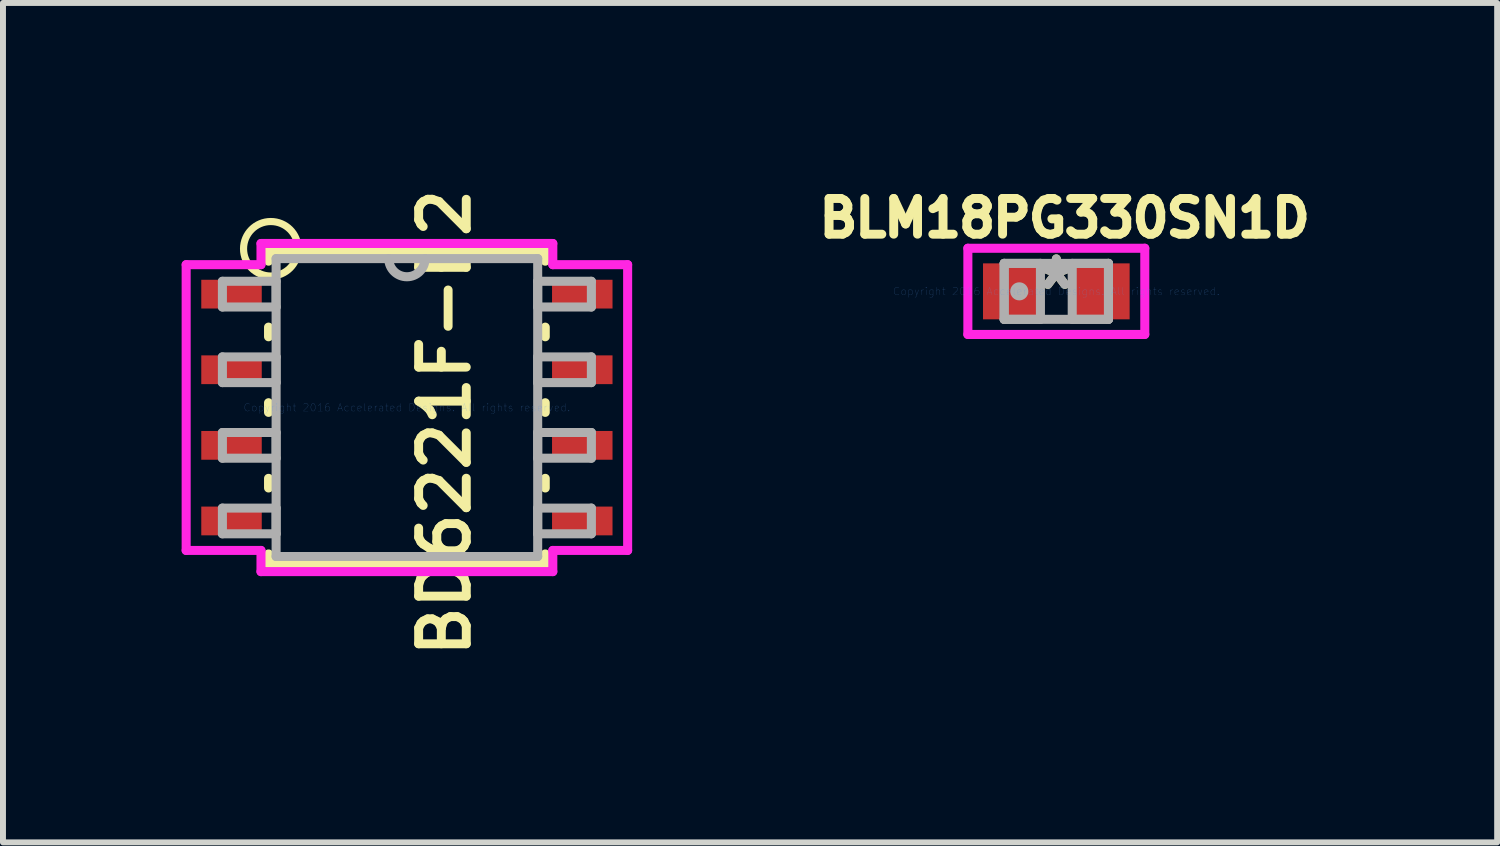
<source format=kicad_pcb>
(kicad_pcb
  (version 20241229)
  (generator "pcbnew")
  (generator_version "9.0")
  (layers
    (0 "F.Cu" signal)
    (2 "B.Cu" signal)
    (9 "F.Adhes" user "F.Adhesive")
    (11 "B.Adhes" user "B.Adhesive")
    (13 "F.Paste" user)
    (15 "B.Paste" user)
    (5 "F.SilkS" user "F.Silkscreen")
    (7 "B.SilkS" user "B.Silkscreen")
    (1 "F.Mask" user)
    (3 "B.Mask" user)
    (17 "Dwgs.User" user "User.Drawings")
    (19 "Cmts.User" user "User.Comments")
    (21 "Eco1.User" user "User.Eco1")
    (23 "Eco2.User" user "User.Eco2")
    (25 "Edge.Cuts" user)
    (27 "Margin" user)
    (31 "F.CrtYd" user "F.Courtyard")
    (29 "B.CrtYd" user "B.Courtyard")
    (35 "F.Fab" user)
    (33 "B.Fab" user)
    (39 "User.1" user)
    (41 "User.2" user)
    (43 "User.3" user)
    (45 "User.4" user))
  (footprint "BLM18PG330SN1D"
    (layer "F.Cu")
    (at 14.694 1.844)
    (property "Reference" "BLM18PG330SN1D" (at 0.14 -1.23 0) (layer "F.SilkS") (effects (font (size 0.6 0.6) (thickness 0.15))))
    (attr smd)
    (fp_line (start -1.486 -0.724) (end 1.486 -0.724) (stroke (width 0.152) (type solid)) (layer "F.CrtYd"))
    (fp_line (start -1.486 0.724) (end -1.486 -0.724) (stroke (width 0.152) (type solid)) (layer "F.CrtYd"))
    (fp_line (start 1.486 -0.724) (end 1.486 0.724) (stroke (width 0.152) (type solid)) (layer "F.CrtYd"))
    (fp_line (start 1.486 0.724) (end -1.486 0.724) (stroke (width 0.152) (type solid)) (layer "F.CrtYd"))
    (fp_line (start -0.876 -0.47) (end -0.876 0.47) (stroke (width 0.152) (type solid)) (layer "F.Fab"))
    (fp_line (start -0.876 -0.47) (end -0.876 0.47) (stroke (width 0.152) (type solid)) (layer "F.Fab"))
    (fp_line (start -0.876 0.47) (end -0.267 0.47) (stroke (width 0.152) (type solid)) (layer "F.Fab"))
    (fp_line (start -0.876 0.47) (end 0.876 0.47) (stroke (width 0.152) (type solid)) (layer "F.Fab"))
    (fp_line (start -0.267 -0.47) (end -0.876 -0.47) (stroke (width 0.152) (type solid)) (layer "F.Fab"))
    (fp_line (start -0.267 0.47) (end -0.267 -0.47) (stroke (width 0.152) (type solid)) (layer "F.Fab"))
    (fp_line (start 0.267 -0.47) (end 0.267 0.47) (stroke (width 0.152) (type solid)) (layer "F.Fab"))
    (fp_line (start 0.267 0.47) (end 0.876 0.47) (stroke (width 0.152) (type solid)) (layer "F.Fab"))
    (fp_line (start 0.876 -0.47) (end -0.876 -0.47) (stroke (width 0.152) (type solid)) (layer "F.Fab"))
    (fp_line (start 0.876 -0.47) (end 0.267 -0.47) (stroke (width 0.152) (type solid)) (layer "F.Fab"))
    (fp_line (start 0.876 0.47) (end 0.876 -0.47) (stroke (width 0.152) (type solid)) (layer "F.Fab"))
    (fp_line (start 0.876 0.47) (end 0.876 -0.47) (stroke (width 0.152) (type solid)) (layer "F.Fab"))
    (fp_circle (center -0.622 0) (end -0.622 0) (stroke (width 0.152) (type solid)) (fill no) (layer "F.Fab"))
    (fp_text user "*" (at 0 0 0) (layer "F.SilkS") (effects (font (size 1 1) (thickness 0.15))))
    (fp_text user "Copyright 2016 Accelerated Designs. All rights reserved." (at 0 0 0) (layer "Cmts.User") (effects (font (size 0.127 0.127) (thickness 0.002))))
    (fp_text user "*" (at 0 0 0) (layer "F.Fab") (effects (font (size 1 1) (thickness 0.15))))
    (pad "1" smd rect (at -0.749 0) (size 0.965 0.94) (layers "F.Cu" "F.Mask" "F.Paste"))
    (pad "2" smd rect (at 0.749 0) (size 0.965 0.94) (layers "F.Cu" "F.Mask" "F.Paste")))
  (footprint "BD6221F-E2"
    (layer "F.Cu")
    (at 3.785 3.796)
    (property "Reference" "BD6221F-E2" (at 0.635 0.254 90) (layer "F.SilkS") (effects (font (size 0.8 0.8) (thickness 0.15))))
    (attr smd)
    (fp_line (start -2.324 -2.629) (end -2.324 -2.459) (stroke (width 0.152) (type solid)) (layer "F.SilkS"))
    (fp_line (start -2.324 -1.351) (end -2.324 -1.189) (stroke (width 0.152) (type solid)) (layer "F.SilkS"))
    (fp_line (start -2.324 -0.081) (end -2.324 0.081) (stroke (width 0.152) (type solid)) (layer "F.SilkS"))
    (fp_line (start -2.324 1.189) (end -2.324 1.351) (stroke (width 0.152) (type solid)) (layer "F.SilkS"))
    (fp_line (start -2.324 2.459) (end -2.324 2.629) (stroke (width 0.152) (type solid)) (layer "F.SilkS"))
    (fp_line (start -2.324 2.629) (end 2.324 2.629) (stroke (width 0.152) (type solid)) (layer "F.SilkS"))
    (fp_line (start 2.324 -2.629) (end -2.324 -2.629) (stroke (width 0.152) (type solid)) (layer "F.SilkS"))
    (fp_line (start 2.324 -2.459) (end 2.324 -2.629) (stroke (width 0.152) (type solid)) (layer "F.SilkS"))
    (fp_line (start 2.324 -1.189) (end 2.324 -1.351) (stroke (width 0.152) (type solid)) (layer "F.SilkS"))
    (fp_line (start 2.324 0.081) (end 2.324 -0.081) (stroke (width 0.152) (type solid)) (layer "F.SilkS"))
    (fp_line (start 2.324 1.351) (end 2.324 1.189) (stroke (width 0.152) (type solid)) (layer "F.SilkS"))
    (fp_line (start 2.324 2.629) (end 2.324 2.459) (stroke (width 0.152) (type solid)) (layer "F.SilkS"))
    (fp_circle (center -2.286 -2.667) (end -1.905 -2.413) (stroke (width 0.12) (type solid)) (fill no) (layer "F.SilkS"))
    (fp_line (start -3.708 -2.4) (end -2.451 -2.4) (stroke (width 0.152) (type solid)) (layer "F.CrtYd"))
    (fp_line (start -3.708 2.4) (end -3.708 -2.4) (stroke (width 0.152) (type solid)) (layer "F.CrtYd"))
    (fp_line (start -2.451 -2.756) (end 2.451 -2.756) (stroke (width 0.152) (type solid)) (layer "F.CrtYd"))
    (fp_line (start -2.451 -2.4) (end -2.451 -2.756) (stroke (width 0.152) (type solid)) (layer "F.CrtYd"))
    (fp_line (start -2.451 2.4) (end -3.708 2.4) (stroke (width 0.152) (type solid)) (layer "F.CrtYd"))
    (fp_line (start -2.451 2.756) (end -2.451 2.4) (stroke (width 0.152) (type solid)) (layer "F.CrtYd"))
    (fp_line (start 2.451 -2.756) (end 2.451 -2.4) (stroke (width 0.152) (type solid)) (layer "F.CrtYd"))
    (fp_line (start 2.451 -2.4) (end 3.708 -2.4) (stroke (width 0.152) (type solid)) (layer "F.CrtYd"))
    (fp_line (start 2.451 2.4) (end 2.451 2.756) (stroke (width 0.152) (type solid)) (layer "F.CrtYd"))
    (fp_line (start 2.451 2.756) (end -2.451 2.756) (stroke (width 0.152) (type solid)) (layer "F.CrtYd"))
    (fp_line (start 3.708 -2.4) (end 3.708 2.4) (stroke (width 0.152) (type solid)) (layer "F.CrtYd"))
    (fp_line (start 3.708 2.4) (end 2.451 2.4) (stroke (width 0.152) (type solid)) (layer "F.CrtYd"))
    (fp_line (start -3.099 -2.121) (end -3.099 -1.689) (stroke (width 0.152) (type solid)) (layer "F.Fab"))
    (fp_line (start -3.099 -1.689) (end -2.197 -1.689) (stroke (width 0.152) (type solid)) (layer "F.Fab"))
    (fp_line (start -3.099 -0.851) (end -3.099 -0.419) (stroke (width 0.152) (type solid)) (layer "F.Fab"))
    (fp_line (start -3.099 -0.419) (end -2.197 -0.419) (stroke (width 0.152) (type solid)) (layer "F.Fab"))
    (fp_line (start -3.099 0.419) (end -3.099 0.851) (stroke (width 0.152) (type solid)) (layer "F.Fab"))
    (fp_line (start -3.099 0.851) (end -2.197 0.851) (stroke (width 0.152) (type solid)) (layer "F.Fab"))
    (fp_line (start -3.099 1.689) (end -3.099 2.121) (stroke (width 0.152) (type solid)) (layer "F.Fab"))
    (fp_line (start -3.099 2.121) (end -2.197 2.121) (stroke (width 0.152) (type solid)) (layer "F.Fab"))
    (fp_line (start -2.197 -2.502) (end -2.197 2.502) (stroke (width 0.152) (type solid)) (layer "F.Fab"))
    (fp_line (start -2.197 -2.121) (end -3.099 -2.121) (stroke (width 0.152) (type solid)) (layer "F.Fab"))
    (fp_line (start -2.197 -1.689) (end -2.197 -2.121) (stroke (width 0.152) (type solid)) (layer "F.Fab"))
    (fp_line (start -2.197 -0.851) (end -3.099 -0.851) (stroke (width 0.152) (type solid)) (layer "F.Fab"))
    (fp_line (start -2.197 -0.419) (end -2.197 -0.851) (stroke (width 0.152) (type solid)) (layer "F.Fab"))
    (fp_line (start -2.197 0.419) (end -3.099 0.419) (stroke (width 0.152) (type solid)) (layer "F.Fab"))
    (fp_line (start -2.197 0.851) (end -2.197 0.419) (stroke (width 0.152) (type solid)) (layer "F.Fab"))
    (fp_line (start -2.197 1.689) (end -3.099 1.689) (stroke (width 0.152) (type solid)) (layer "F.Fab"))
    (fp_line (start -2.197 2.121) (end -2.197 1.689) (stroke (width 0.152) (type solid)) (layer "F.Fab"))
    (fp_line (start -2.197 2.502) (end 2.197 2.502) (stroke (width 0.152) (type solid)) (layer "F.Fab"))
    (fp_line (start 2.197 -2.502) (end -2.197 -2.502) (stroke (width 0.152) (type solid)) (layer "F.Fab"))
    (fp_line (start 2.197 -2.121) (end 2.197 -1.689) (stroke (width 0.152) (type solid)) (layer "F.Fab"))
    (fp_line (start 2.197 -1.689) (end 3.099 -1.689) (stroke (width 0.152) (type solid)) (layer "F.Fab"))
    (fp_line (start 2.197 -0.851) (end 2.197 -0.419) (stroke (width 0.152) (type solid)) (layer "F.Fab"))
    (fp_line (start 2.197 -0.419) (end 3.099 -0.419) (stroke (width 0.152) (type solid)) (layer "F.Fab"))
    (fp_line (start 2.197 0.419) (end 2.197 0.851) (stroke (width 0.152) (type solid)) (layer "F.Fab"))
    (fp_line (start 2.197 0.851) (end 3.099 0.851) (stroke (width 0.152) (type solid)) (layer "F.Fab"))
    (fp_line (start 2.197 1.689) (end 2.197 2.121) (stroke (width 0.152) (type solid)) (layer "F.Fab"))
    (fp_line (start 2.197 2.121) (end 3.099 2.121) (stroke (width 0.152) (type solid)) (layer "F.Fab"))
    (fp_line (start 2.197 2.502) (end 2.197 -2.502) (stroke (width 0.152) (type solid)) (layer "F.Fab"))
    (fp_line (start 3.099 -2.121) (end 2.197 -2.121) (stroke (width 0.152) (type solid)) (layer "F.Fab"))
    (fp_line (start 3.099 -1.689) (end 3.099 -2.121) (stroke (width 0.152) (type solid)) (layer "F.Fab"))
    (fp_line (start 3.099 -0.851) (end 2.197 -0.851) (stroke (width 0.152) (type solid)) (layer "F.Fab"))
    (fp_line (start 3.099 -0.419) (end 3.099 -0.851) (stroke (width 0.152) (type solid)) (layer "F.Fab"))
    (fp_line (start 3.099 0.419) (end 2.197 0.419) (stroke (width 0.152) (type solid)) (layer "F.Fab"))
    (fp_line (start 3.099 0.851) (end 3.099 0.419) (stroke (width 0.152) (type solid)) (layer "F.Fab"))
    (fp_line (start 3.099 1.689) (end 2.197 1.689) (stroke (width 0.152) (type solid)) (layer "F.Fab"))
    (fp_line (start 3.099 2.121) (end 3.099 1.689) (stroke (width 0.152) (type solid)) (layer "F.Fab"))
    (fp_arc (start 0.3048 -2.5019) (mid 0 -2.1971) (end -0.3048 -2.5019) (stroke (width 0.1524) (type solid)) (layer "F.Fab"))
    (fp_text user "Copyright 2016 Accelerated Designs. All rights reserved." (at 0 0 0) (layer "Cmts.User") (effects (font (size 0.127 0.127) (thickness 0.002))))
    (pad "1" smd rect (at -2.946 -1.905) (size 1.016 0.483) (layers "F.Cu" "F.Mask" "F.Paste"))
    (pad "2" smd rect (at -2.946 -0.635) (size 1.016 0.483) (layers "F.Cu" "F.Mask" "F.Paste"))
    (pad "3" smd rect (at -2.946 0.635) (size 1.016 0.483) (layers "F.Cu" "F.Mask" "F.Paste"))
    (pad "4" smd rect (at -2.946 1.905) (size 1.016 0.483) (layers "F.Cu" "F.Mask" "F.Paste"))
    (pad "5" smd rect (at 2.946 1.905) (size 1.016 0.483) (layers "F.Cu" "F.Mask" "F.Paste"))
    (pad "6" smd rect (at 2.946 0.635) (size 1.016 0.483) (layers "F.Cu" "F.Mask" "F.Paste"))
    (pad "7" smd rect (at 2.946 -0.635) (size 1.016 0.483) (layers "F.Cu" "F.Mask" "F.Paste"))
    (pad "8" smd rect (at 2.946 -1.905) (size 1.016 0.483) (layers "F.Cu" "F.Mask" "F.Paste")))
  (gr_rect
    (start -3 -3)
    (end 22.099 11.1)
    (stroke (width 0.1) (type default))
    (fill no)
    (layer "Edge.Cuts")))
</source>
